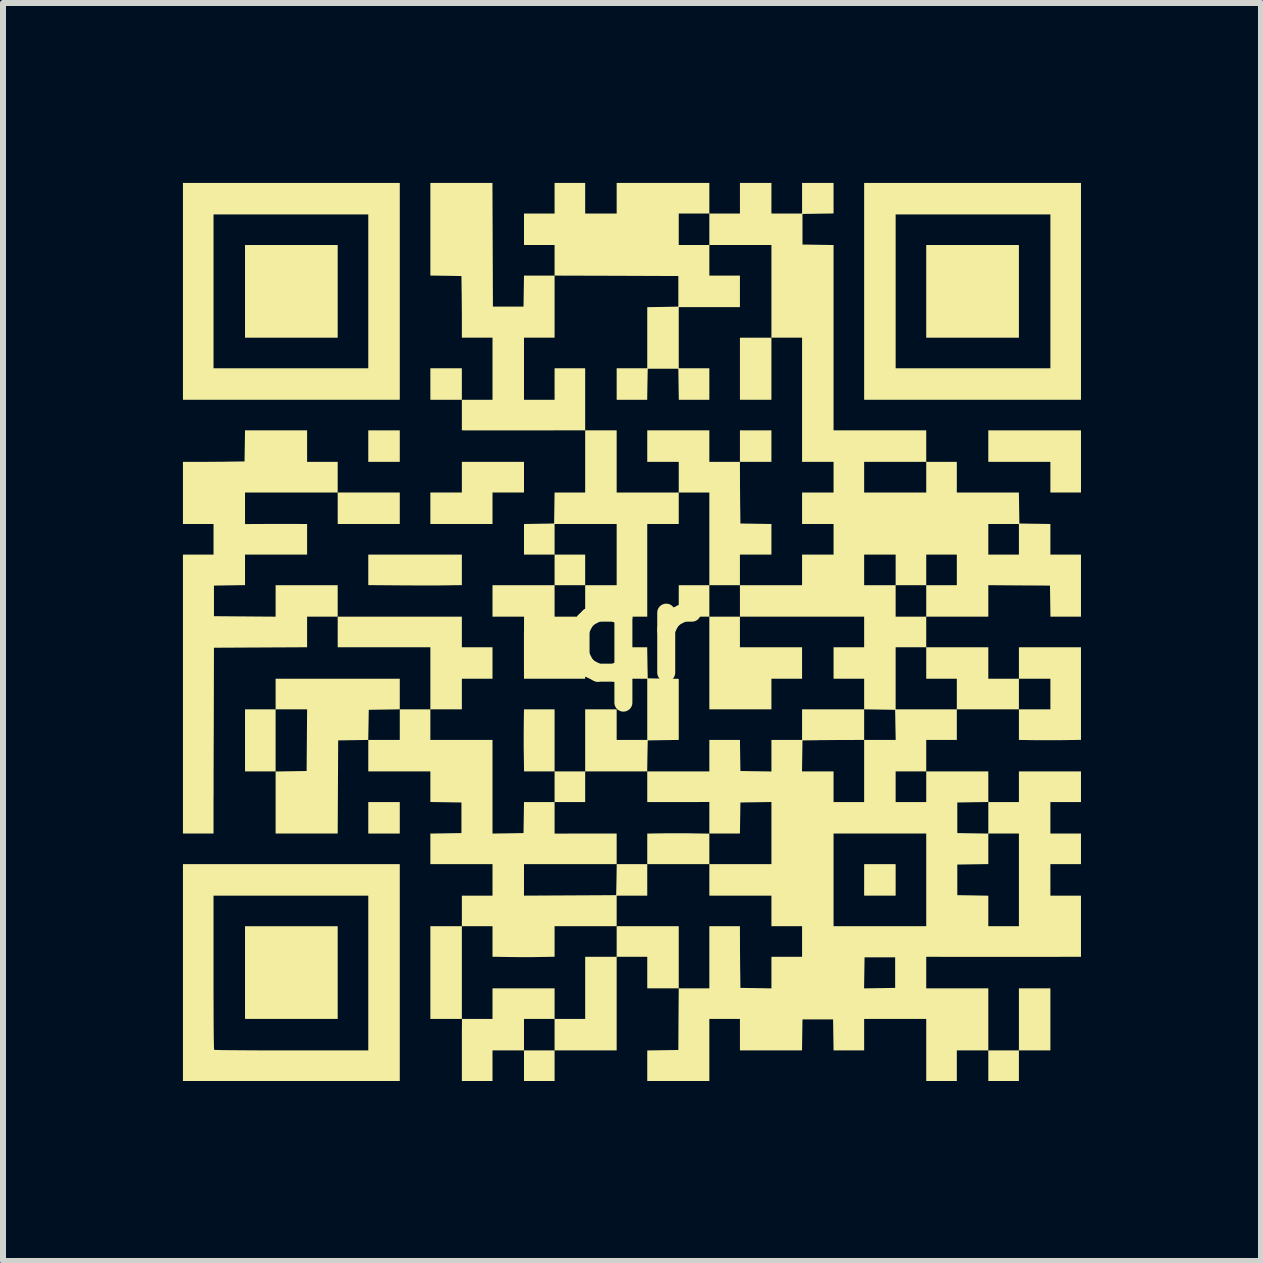
<source format=kicad_pcb>
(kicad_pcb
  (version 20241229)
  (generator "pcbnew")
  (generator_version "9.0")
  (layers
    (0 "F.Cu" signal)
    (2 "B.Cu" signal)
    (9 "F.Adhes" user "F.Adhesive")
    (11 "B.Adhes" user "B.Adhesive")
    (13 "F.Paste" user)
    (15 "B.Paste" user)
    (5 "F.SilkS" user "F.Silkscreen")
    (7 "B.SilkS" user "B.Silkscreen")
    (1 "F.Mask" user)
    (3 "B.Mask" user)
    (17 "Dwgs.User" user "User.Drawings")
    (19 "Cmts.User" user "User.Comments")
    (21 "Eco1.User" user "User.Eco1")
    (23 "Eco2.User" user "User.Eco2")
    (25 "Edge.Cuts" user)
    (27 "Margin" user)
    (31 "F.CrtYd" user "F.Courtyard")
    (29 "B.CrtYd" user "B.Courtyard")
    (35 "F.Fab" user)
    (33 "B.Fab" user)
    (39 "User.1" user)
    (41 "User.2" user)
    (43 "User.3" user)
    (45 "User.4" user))
  (footprint "qr"
    (layer "F.Cu")
    (at 7.486 7.486)
    (property "Reference" "qr" (at 0 0 0) (layer "F.SilkS") (effects (font (size 1.5 1.5) (thickness 0.3))))
    (attr board_only exclude_from_pos_files exclude_from_bom)
    (fp_poly (pts (xy -4.906 -5.679) (xy -4.906 -4.906) (xy -5.679 -4.906) (xy -6.451 -4.906) (xy -6.451 -5.679) (xy -6.451 -6.451) (xy -5.679 -6.451) (xy -4.906 -6.451)) (stroke (width 0) (type solid)) (fill yes) (layer "F.SilkS"))
    (fp_poly (pts (xy -4.906 5.679) (xy -4.906 6.451) (xy -5.679 6.451) (xy -6.451 6.451) (xy -6.451 5.679) (xy -6.451 4.906) (xy -5.679 4.906) (xy -4.906 4.906)) (stroke (width 0) (type solid)) (fill yes) (layer "F.SilkS"))
    (fp_poly (pts (xy -3.871 -3.098) (xy -3.871 -2.836) (xy -4.133 -2.836) (xy -4.396 -2.836) (xy -4.396 -3.098) (xy -4.396 -3.361) (xy -4.133 -3.361) (xy -3.871 -3.361)) (stroke (width 0) (type solid)) (fill yes) (layer "F.SilkS"))
    (fp_poly (pts (xy -3.871 -2.063) (xy -3.871 -1.8) (xy -4.388 -1.8) (xy -4.906 -1.8) (xy -4.906 -2.063) (xy -4.906 -2.325) (xy -4.388 -2.325) (xy -3.871 -2.325)) (stroke (width 0) (type solid)) (fill yes) (layer "F.SilkS"))
    (fp_poly (pts (xy -3.871 3.098) (xy -3.871 3.361) (xy -4.133 3.361) (xy -4.396 3.361) (xy -4.396 3.098) (xy -4.396 2.836) (xy -4.133 2.836) (xy -3.871 2.836)) (stroke (width 0) (type solid)) (fill yes) (layer "F.SilkS"))
    (fp_poly (pts (xy 2.325 -4.388) (xy 2.325 -3.871) (xy 2.063 -3.871) (xy 1.8 -3.871) (xy 1.8 -4.388) (xy 1.8 -4.906) (xy 2.063 -4.906) (xy 2.325 -4.906)) (stroke (width 0) (type solid)) (fill yes) (layer "F.SilkS"))
    (fp_poly (pts (xy 2.325 -3.098) (xy 2.325 -2.836) (xy 2.063 -2.836) (xy 1.8 -2.836) (xy 1.8 -3.098) (xy 1.8 -3.361) (xy 2.063 -3.361) (xy 2.325 -3.361)) (stroke (width 0) (type solid)) (fill yes) (layer "F.SilkS"))
    (fp_poly (pts (xy 4.396 4.133) (xy 4.396 4.396) (xy 4.133 4.396) (xy 3.871 4.396) (xy 3.871 4.133) (xy 3.871 3.871) (xy 4.133 3.871) (xy 4.396 3.871)) (stroke (width 0) (type solid)) (fill yes) (layer "F.SilkS"))
    (fp_poly (pts (xy 6.451 -5.679) (xy 6.451 -4.906) (xy 5.679 -4.906) (xy 4.906 -4.906) (xy 4.906 -5.679) (xy 4.906 -6.451) (xy 5.679 -6.451) (xy 6.451 -6.451)) (stroke (width 0) (type solid)) (fill yes) (layer "F.SilkS"))
    (fp_poly (pts (xy 7.486 -2.843) (xy 7.486 -2.325) (xy 7.231 -2.325) (xy 6.976 -2.325) (xy 6.976 -2.581) (xy 6.976 -2.836) (xy 6.459 -2.836) (xy 5.941 -2.836) (xy 5.941 -3.098) (xy 5.941 -3.361) (xy 6.714 -3.361) (xy 7.486 -3.361)) (stroke (width 0) (type solid)) (fill yes) (layer "F.SilkS"))
    (fp_poly (pts (xy 0.868 3.356) (xy 0.987 3.357) (xy 1.024 3.358) (xy 1.29 3.362) (xy 1.29 3.616) (xy 1.29 3.871) (xy 0.773 3.871) (xy 0.255 3.871) (xy 0.255 3.616) (xy 0.255 3.361) (xy 0.506 3.357) (xy 0.614 3.356) (xy 0.739 3.356)) (stroke (width 0) (type solid)) (fill yes) (layer "F.SilkS"))
    (fp_poly (pts (xy -2.836 -1.036) (xy -2.836 -0.781) (xy -3.102 -0.777) (xy -3.185 -0.776) (xy -3.291 -0.775) (xy -3.415 -0.775) (xy -3.55 -0.775) (xy -3.69 -0.776) (xy -3.829 -0.776) (xy -3.882 -0.777) (xy -4.396 -0.781) (xy -4.396 -1.035) (xy -4.396 -1.29) (xy -3.616 -1.29) (xy -2.836 -1.29)) (stroke (width 0) (type solid)) (fill yes) (layer "F.SilkS"))
    (fp_poly (pts (xy -1.8 -2.581) (xy -1.8 -2.325) (xy -2.063 -2.325) (xy -2.325 -2.325) (xy -2.325 -2.063) (xy -2.325 -1.8) (xy -2.843 -1.8) (xy -3.361 -1.8) (xy -3.361 -2.063) (xy -3.361 -2.325) (xy -3.098 -2.325) (xy -2.836 -2.325) (xy -2.836 -2.581) (xy -2.836 -2.836) (xy -2.318 -2.836) (xy -1.8 -2.836)) (stroke (width 0) (type solid)) (fill yes) (layer "F.SilkS"))
    (fp_poly (pts (xy -3.871 -5.679) (xy -3.871 -3.871) (xy -5.679 -3.871) (xy -7.486 -3.871) (xy -7.486 -5.679) (xy -6.976 -5.679) (xy -6.976 -4.396) (xy -5.686 -4.396) (xy -4.396 -4.396) (xy -4.396 -5.679) (xy -4.396 -6.961) (xy -5.686 -6.961) (xy -6.976 -6.961) (xy -6.976 -5.679) (xy -7.486 -5.679) (xy -7.486 -7.486) (xy -5.679 -7.486) (xy -3.871 -7.486)) (stroke (width 0) (type solid)) (fill yes) (layer "F.SilkS"))
    (fp_poly (pts (xy 7.486 -5.679) (xy 7.486 -3.871) (xy 5.679 -3.871) (xy 3.871 -3.871) (xy 3.871 -5.679) (xy 4.396 -5.679) (xy 4.396 -4.396) (xy 5.686 -4.396) (xy 6.976 -4.396) (xy 6.976 -5.679) (xy 6.976 -6.961) (xy 5.686 -6.961) (xy 4.396 -6.961) (xy 4.396 -5.679) (xy 3.871 -5.679) (xy 3.871 -7.486) (xy 5.679 -7.486) (xy 7.486 -7.486)) (stroke (width 0) (type solid)) (fill yes) (layer "F.SilkS"))
    (fp_poly (pts (xy -0.78 -1.035) (xy -0.78 -0.78) (xy -1.035 -0.78) (xy -1.29 -0.78) (xy -1.29 -0.518) (xy -1.29 -0.255) (xy -1.035 -0.255) (xy -0.781 -0.255) (xy -0.78 0.004) (xy -0.78 0.117) (xy -0.779 0.246) (xy -0.779 0.376) (xy -0.779 0.495) (xy -0.78 0.521) (xy -0.78 0.78) (xy -1.29 0.78) (xy -1.8 0.78) (xy -1.801 0.521) (xy -1.801 0.408) (xy -1.801 0.279) (xy -1.801 0.149) (xy -1.801 0.03) (xy -1.8 0.004) (xy -1.799 -0.255) (xy -2.062 -0.255) (xy -2.325 -0.255) (xy -2.325 -0.518) (xy -2.325 -0.78) (xy -1.808 -0.78) (xy -1.29 -0.78) (xy -1.29 -1.035) (xy -1.29 -1.29) (xy -1.035 -1.29) (xy -0.78 -1.29)) (stroke (width 0) (type solid)) (fill yes) (layer "F.SilkS"))
    (fp_poly (pts (xy -3.871 5.679) (xy -3.871 7.486) (xy -5.679 7.486) (xy -7.486 7.486) (xy -7.486 5.679) (xy -7.486 5.676) (xy -6.976 5.676) (xy -6.976 5.87) (xy -6.976 6.054) (xy -6.975 6.228) (xy -6.975 6.389) (xy -6.974 6.535) (xy -6.973 6.663) (xy -6.972 6.772) (xy -6.97 6.858) (xy -6.969 6.921) (xy -6.967 6.958) (xy -6.966 6.966) (xy -6.95 6.968) (xy -6.906 6.969) (xy -6.837 6.971) (xy -6.744 6.972) (xy -6.629 6.973) (xy -6.496 6.974) (xy -6.346 6.975) (xy -6.181 6.976) (xy -6.004 6.976) (xy -5.817 6.976) (xy -5.676 6.976) (xy -4.396 6.976) (xy -4.396 5.686) (xy -4.396 4.396) (xy -5.686 4.396) (xy -6.976 4.396) (xy -6.976 5.676) (xy -7.486 5.676) (xy -7.486 3.871) (xy -5.679 3.871) (xy -3.871 3.871)) (stroke (width 0) (type solid)) (fill yes) (layer "F.SilkS"))
    (fp_poly (pts (xy -4.769 0.78) (xy -4.629 0.78) (xy -4.493 0.78) (xy -4.365 0.78) (xy -4.253 0.78) (xy -4.161 0.78) (xy -4.126 0.78) (xy -3.871 0.78) (xy -3.871 1.035) (xy -3.871 1.29) (xy -4.13 1.294) (xy -4.388 1.298) (xy -4.392 1.549) (xy -4.397 1.8) (xy -4.647 1.804) (xy -4.898 1.808) (xy -4.902 2.584) (xy -4.906 3.361) (xy -5.424 3.361) (xy -5.941 3.361) (xy -5.941 2.843) (xy -5.941 2.326) (xy -5.682 2.322) (xy -5.424 2.318) (xy -5.42 1.804) (xy -5.416 1.29) (xy -5.679 1.29) (xy -5.941 1.29) (xy -5.941 1.808) (xy -5.941 2.325) (xy -6.196 2.325) (xy -6.451 2.325) (xy -6.451 1.808) (xy -6.451 1.29) (xy -6.196 1.29) (xy -5.941 1.29) (xy -5.941 1.035) (xy -5.941 0.78) (xy -5.686 0.78) (xy -5.607 0.78) (xy -5.504 0.78) (xy -5.384 0.78) (xy -5.251 0.78) (xy -5.112 0.78) (xy -4.973 0.78) (xy -4.906 0.78)) (stroke (width 0) (type solid)) (fill yes) (layer "F.SilkS"))
    (fp_poly (pts (xy -2.322 -6.455) (xy -2.318 -5.424) (xy -2.063 -5.424) (xy -1.808 -5.424) (xy -1.804 -5.682) (xy -1.8 -5.941) (xy -1.545 -5.941) (xy -1.29 -5.941) (xy -1.29 -5.424) (xy -1.29 -4.906) (xy -1.545 -4.906) (xy -1.8 -4.906) (xy -1.8 -4.388) (xy -1.8 -3.871) (xy -1.545 -3.871) (xy -1.29 -3.871) (xy -1.29 -4.133) (xy -1.29 -4.396) (xy -1.035 -4.396) (xy -0.78 -4.396) (xy -0.78 -3.878) (xy -0.78 -3.361) (xy -1.294 -3.361) (xy -1.449 -3.36) (xy -1.623 -3.36) (xy -1.808 -3.36) (xy -1.993 -3.36) (xy -2.168 -3.36) (xy -2.322 -3.36) (xy -2.836 -3.361) (xy -2.836 -3.616) (xy -2.836 -3.871) (xy -3.098 -3.871) (xy -3.361 -3.871) (xy -3.361 -4.133) (xy -3.361 -4.396) (xy -3.098 -4.396) (xy -2.836 -4.396) (xy -2.836 -4.133) (xy -2.836 -3.871) (xy -2.581 -3.871) (xy -2.325 -3.871) (xy -2.325 -4.388) (xy -2.325 -4.906) (xy -2.581 -4.906) (xy -2.836 -4.906) (xy -2.836 -5.165) (xy -2.836 -5.277) (xy -2.837 -5.405) (xy -2.838 -5.535) (xy -2.839 -5.651) (xy -2.84 -5.679) (xy -2.843 -5.934) (xy -3.102 -5.938) (xy -3.361 -5.942) (xy -3.361 -6.714) (xy -3.361 -7.486) (xy -2.843 -7.486) (xy -2.326 -7.486)) (stroke (width 0) (type solid)) (fill yes) (layer "F.SilkS"))
    (fp_poly (pts (xy -5.416 -3.098) (xy -5.416 -2.836) (xy -5.161 -2.836) (xy -4.906 -2.836) (xy -4.906 -2.581) (xy -4.906 -2.325) (xy -5.679 -2.325) (xy -6.451 -2.325) (xy -6.451 -2.062) (xy -6.451 -1.799) (xy -6.192 -1.8) (xy -6.079 -1.801) (xy -5.951 -1.801) (xy -5.82 -1.801) (xy -5.701 -1.801) (xy -5.675 -1.801) (xy -5.416 -1.8) (xy -5.416 -1.545) (xy -5.416 -1.29) (xy -5.934 -1.29) (xy -6.451 -1.29) (xy -6.451 -1.036) (xy -6.451 -0.781) (xy -6.71 -0.777) (xy -6.969 -0.773) (xy -6.969 -0.518) (xy -6.969 -0.263) (xy -6.455 -0.259) (xy -5.941 -0.255) (xy -5.941 -0.517) (xy -5.941 -0.78) (xy -5.424 -0.78) (xy -4.906 -0.78) (xy -4.906 -0.518) (xy -4.906 -0.255) (xy -5.161 -0.255) (xy -5.416 -0.255) (xy -5.416 -0.000135) (xy -5.416 0.255) (xy -6.192 0.259) (xy -6.969 0.263) (xy -6.972 1.553) (xy -6.973 1.754) (xy -6.974 1.952) (xy -6.974 2.144) (xy -6.975 2.326) (xy -6.975 2.497) (xy -6.975 2.653) (xy -6.976 2.792) (xy -6.976 2.911) (xy -6.976 3.006) (xy -6.976 3.076) (xy -6.976 3.102) (xy -6.976 3.361) (xy -7.231 3.361) (xy -7.486 3.361) (xy -7.486 1.035) (xy -7.486 -1.29) (xy -7.231 -1.29) (xy -6.976 -1.29) (xy -6.976 -1.545) (xy -6.976 -1.8) (xy -7.231 -1.8) (xy -7.486 -1.8) (xy -7.486 -2.318) (xy -7.486 -2.836) (xy -7.228 -2.836) (xy -7.115 -2.836) (xy -6.987 -2.837) (xy -6.858 -2.838) (xy -6.741 -2.839) (xy -6.714 -2.84) (xy -6.459 -2.843) (xy -6.455 -3.102) (xy -6.451 -3.361) (xy -5.933 -3.361) (xy -5.416 -3.361)) (stroke (width 0) (type solid)) (fill yes) (layer "F.SilkS"))
    (fp_poly (pts (xy -2.836 0) (xy -2.836 0.255) (xy -2.581 0.255) (xy -2.325 0.255) (xy -2.325 0.518) (xy -2.325 0.78) (xy -2.581 0.78) (xy -2.836 0.78) (xy -2.836 1.035) (xy -2.836 1.29) (xy -3.098 1.29) (xy -3.361 1.29) (xy -3.361 1.545) (xy -3.361 1.8) (xy -2.843 1.8) (xy -2.325 1.8) (xy -2.325 2.581) (xy -2.325 3.361) (xy -2.067 3.357) (xy -1.808 3.353) (xy -1.804 3.094) (xy -1.8 2.836) (xy -1.545 2.836) (xy -1.29 2.836) (xy -1.29 2.581) (xy -1.29 2.325) (xy -1.545 2.325) (xy -1.799 2.325) (xy -1.803 2.059) (xy -1.805 1.947) (xy -1.805 1.82) (xy -1.805 1.692) (xy -1.804 1.577) (xy -1.804 1.542) (xy -1.8 1.29) (xy -1.545 1.29) (xy -1.29 1.29) (xy -1.29 1.808) (xy -1.29 2.325) (xy -1.035 2.325) (xy -0.78 2.325) (xy -0.78 1.808) (xy -0.78 1.29) (xy -0.518 1.29) (xy -0.255 1.29) (xy -0.255 1.545) (xy -0.255 1.8) (xy 0 1.8) (xy 0.255 1.8) (xy 0.255 1.29) (xy 0.255 0.78) (xy 0 0.78) (xy -0.255 0.78) (xy -0.255 0.518) (xy -0.255 0.255) (xy -0.000354 0.255) (xy 0.254 0.255) (xy 0.258 0.514) (xy 0.263 0.773) (xy 0.521 0.777) (xy 0.78 0.781) (xy 0.78 1.29) (xy 0.78 1.8) (xy 0.521 1.804) (xy 0.263 1.808) (xy 0.258 2.067) (xy 0.254 2.325) (xy -0.263 2.325) (xy -0.78 2.325) (xy -0.78 2.581) (xy -0.78 2.836) (xy -1.035 2.836) (xy -1.29 2.836) (xy -1.29 3.099) (xy -1.29 3.362) (xy -1.031 3.361) (xy -0.918 3.36) (xy -0.79 3.36) (xy -0.659 3.36) (xy -0.54 3.36) (xy -0.514 3.36) (xy -0.255 3.361) (xy -0.255 3.616) (xy -0.255 3.871) (xy -1.028 3.871) (xy -1.8 3.871) (xy -1.8 4.133) (xy -1.8 4.396) (xy -1.031 4.392) (xy -0.263 4.388) (xy -0.258 4.13) (xy -0.254 3.871) (xy 0.000354 3.871) (xy 0.255 3.871) (xy 0.255 4.133) (xy 0.255 4.396) (xy 0 4.396) (xy -0.255 4.396) (xy -0.255 4.651) (xy -0.255 4.906) (xy -0.773 4.906) (xy -1.29 4.906) (xy -1.29 5.161) (xy -1.29 5.415) (xy -1.542 5.419) (xy -1.65 5.421) (xy -1.775 5.421) (xy -1.903 5.421) (xy -2.022 5.42) (xy -2.059 5.419) (xy -2.325 5.415) (xy -2.325 5.16) (xy -2.325 4.906) (xy -2.581 4.906) (xy -2.836 4.906) (xy -2.836 5.679) (xy -2.836 6.451) (xy -3.098 6.451) (xy -3.361 6.451) (xy -3.361 5.679) (xy -3.361 4.906) (xy -3.098 4.906) (xy -2.836 4.906) (xy -2.836 4.651) (xy -2.836 4.396) (xy -2.581 4.396) (xy -2.325 4.396) (xy -2.325 4.133) (xy -2.325 3.871) (xy -2.843 3.871) (xy -3.361 3.871) (xy -3.361 3.616) (xy -3.361 3.361) (xy -3.102 3.357) (xy -2.843 3.353) (xy -2.843 3.098) (xy -2.843 2.843) (xy -3.102 2.839) (xy -3.361 2.835) (xy -3.361 2.58) (xy -3.361 2.325) (xy -3.878 2.325) (xy -4.396 2.325) (xy -4.396 2.063) (xy -4.396 1.8) (xy -4.134 1.8) (xy -3.871 1.8) (xy -3.871 1.545) (xy -3.871 1.29) (xy -3.616 1.29) (xy -3.361 1.29) (xy -3.361 0.773) (xy -3.361 0.255) (xy -4.133 0.255) (xy -4.906 0.255) (xy -4.906 0) (xy -4.906 -0.255) (xy -3.871 -0.255) (xy -2.836 -0.255)) (stroke (width 0) (type solid)) (fill yes) (layer "F.SilkS"))
    (fp_poly (pts (xy -0.78 -7.231) (xy -0.78 -6.976) (xy -0.518 -6.976) (xy -0.255 -6.976) (xy -0.255 -7.231) (xy -0.255 -7.486) (xy 0.518 -7.486) (xy 1.29 -7.486) (xy 1.29 -7.231) (xy 1.29 -6.976) (xy 1.545 -6.976) (xy 1.8 -6.976) (xy 1.8 -7.231) (xy 1.8 -7.486) (xy 2.063 -7.486) (xy 2.325 -7.486) (xy 2.325 -7.231) (xy 2.325 -6.976) (xy 2.581 -6.976) (xy 2.836 -6.976) (xy 2.836 -7.231) (xy 2.836 -7.486) (xy 3.098 -7.486) (xy 3.361 -7.486) (xy 3.361 -7.232) (xy 3.361 -6.977) (xy 3.102 -6.973) (xy 2.843 -6.969) (xy 2.843 -6.714) (xy 2.843 -6.459) (xy 3.102 -6.455) (xy 3.361 -6.451) (xy 3.361 -4.906) (xy 3.361 -3.361) (xy 4.133 -3.361) (xy 4.906 -3.361) (xy 4.906 -3.098) (xy 4.906 -2.836) (xy 4.388 -2.836) (xy 3.871 -2.836) (xy 3.871 -2.581) (xy 3.871 -2.325) (xy 4.388 -2.325) (xy 4.906 -2.325) (xy 4.906 -2.581) (xy 4.906 -2.836) (xy 5.161 -2.836) (xy 5.416 -2.836) (xy 5.416 -2.581) (xy 5.416 -2.325) (xy 5.933 -2.325) (xy 6.451 -2.325) (xy 6.455 -2.067) (xy 6.459 -1.808) (xy 6.718 -1.804) (xy 6.976 -1.8) (xy 6.976 -1.545) (xy 6.976 -1.29) (xy 7.231 -1.29) (xy 7.486 -1.29) (xy 7.486 -0.773) (xy 7.486 -0.255) (xy 7.232 -0.255) (xy 6.977 -0.255) (xy 6.973 -0.514) (xy 6.969 -0.773) (xy 6.455 -0.776) (xy 5.941 -0.78) (xy 5.941 -0.518) (xy 5.941 -0.255) (xy 5.424 -0.255) (xy 4.906 -0.255) (xy 4.906 0) (xy 4.906 0.255) (xy 4.651 0.255) (xy 4.396 0.255) (xy 4.396 0.773) (xy 4.396 1.29) (xy 4.906 1.29) (xy 5.416 1.29) (xy 5.416 1.035) (xy 6.451 1.035) (xy 6.451 1.29) (xy 6.714 1.29) (xy 6.976 1.29) (xy 6.976 1.035) (xy 6.976 0.78) (xy 6.714 0.78) (xy 6.451 0.78) (xy 6.451 1.035) (xy 5.416 1.035) (xy 5.416 0.78) (xy 5.161 0.78) (xy 4.906 0.78) (xy 4.906 0.518) (xy 4.906 0.255) (xy 5.424 0.255) (xy 5.941 0.255) (xy 5.941 0.518) (xy 5.941 0.78) (xy 6.196 0.78) (xy 6.451 0.78) (xy 6.451 0.518) (xy 6.451 0.255) (xy 6.969 0.255) (xy 7.486 0.255) (xy 7.486 1.027) (xy 7.486 1.799) (xy 7.22 1.803) (xy 7.108 1.805) (xy 6.981 1.805) (xy 6.853 1.805) (xy 6.738 1.804) (xy 6.703 1.804) (xy 6.451 1.8) (xy 6.451 1.545) (xy 6.451 1.29) (xy 5.934 1.29) (xy 5.416 1.29) (xy 5.416 1.545) (xy 5.416 1.8) (xy 5.161 1.8) (xy 4.906 1.8) (xy 4.906 2.063) (xy 4.906 2.325) (xy 4.651 2.325) (xy 4.396 2.325) (xy 4.396 2.581) (xy 4.396 2.836) (xy 4.651 2.836) (xy 4.906 2.836) (xy 4.906 2.581) (xy 4.906 2.325) (xy 5.424 2.325) (xy 5.941 2.325) (xy 5.941 2.581) (xy 5.941 2.835) (xy 5.682 2.839) (xy 5.424 2.843) (xy 5.424 3.098) (xy 5.424 3.353) (xy 5.682 3.357) (xy 5.941 3.361) (xy 5.941 3.616) (xy 5.941 3.87) (xy 5.682 3.874) (xy 5.424 3.878) (xy 5.424 4.133) (xy 5.424 4.388) (xy 5.682 4.392) (xy 5.941 4.397) (xy 5.941 4.651) (xy 5.941 4.906) (xy 6.196 4.906) (xy 6.451 4.906) (xy 6.451 4.133) (xy 6.451 3.361) (xy 6.196 3.361) (xy 5.941 3.361) (xy 5.941 3.098) (xy 5.941 2.836) (xy 6.196 2.836) (xy 6.451 2.836) (xy 6.451 2.581) (xy 6.451 2.325) (xy 6.969 2.325) (xy 7.486 2.325) (xy 7.486 2.581) (xy 7.486 2.836) (xy 7.231 2.836) (xy 6.976 2.836) (xy 6.976 3.098) (xy 6.976 3.361) (xy 7.231 3.361) (xy 7.486 3.361) (xy 7.486 3.616) (xy 7.486 3.871) (xy 7.231 3.871) (xy 6.976 3.871) (xy 6.976 4.133) (xy 6.976 4.396) (xy 7.231 4.396) (xy 7.486 4.396) (xy 7.486 4.906) (xy 7.486 5.416) (xy 7.228 5.416) (xy 7.168 5.416) (xy 7.081 5.417) (xy 6.971 5.417) (xy 6.84 5.417) (xy 6.693 5.417) (xy 6.533 5.417) (xy 6.362 5.417) (xy 6.184 5.417) (xy 6.003 5.417) (xy 5.937 5.417) (xy 4.906 5.416) (xy 4.906 5.679) (xy 4.906 5.941) (xy 5.424 5.941) (xy 5.941 5.941) (xy 5.941 6.459) (xy 5.941 6.976) (xy 6.196 6.976) (xy 6.451 6.976) (xy 6.451 6.459) (xy 6.451 5.941) (xy 6.714 5.941) (xy 6.976 5.941) (xy 6.976 6.459) (xy 6.976 6.976) (xy 6.714 6.976) (xy 6.451 6.976) (xy 6.451 7.231) (xy 6.451 7.486) (xy 6.196 7.486) (xy 5.941 7.486) (xy 5.941 7.231) (xy 5.941 6.976) (xy 5.679 6.976) (xy 5.416 6.976) (xy 5.416 7.231) (xy 5.416 7.486) (xy 5.161 7.486) (xy 4.906 7.486) (xy 4.906 6.969) (xy 4.906 6.451) (xy 4.388 6.451) (xy 3.871 6.451) (xy 3.871 6.714) (xy 3.871 6.976) (xy 3.616 6.976) (xy 3.361 6.976) (xy 3.357 6.718) (xy 3.353 6.459) (xy 3.098 6.459) (xy 2.843 6.459) (xy 2.839 6.718) (xy 2.835 6.976) (xy 2.318 6.976) (xy 1.8 6.976) (xy 1.8 6.714) (xy 1.8 6.451) (xy 1.545 6.451) (xy 1.29 6.451) (xy 1.29 6.969) (xy 1.29 7.486) (xy 0.773 7.486) (xy 0.255 7.486) (xy 0.255 7.232) (xy 0.255 6.977) (xy 0.514 6.973) (xy 0.773 6.969) (xy 0.776 6.455) (xy 0.78 5.942) (xy 3.87 5.942) (xy 4.129 5.938) (xy 4.388 5.934) (xy 4.388 5.679) (xy 4.388 5.424) (xy 4.133 5.424) (xy 3.878 5.424) (xy 3.874 5.683) (xy 3.87 5.942) (xy 0.78 5.942) (xy 0.78 5.941) (xy 0.518 5.941) (xy 0.255 5.941) (xy 0.255 5.679) (xy 0.255 5.416) (xy 0 5.416) (xy -0.255 5.416) (xy -0.255 6.196) (xy -0.255 6.976) (xy -0.773 6.976) (xy -1.29 6.976) (xy -1.29 7.231) (xy -1.29 7.486) (xy -1.545 7.486) (xy -1.8 7.486) (xy -1.8 7.231) (xy -1.8 6.976) (xy -2.063 6.976) (xy -2.325 6.976) (xy -2.325 7.231) (xy -2.325 7.486) (xy -2.581 7.486) (xy -2.836 7.486) (xy -2.836 7.228) (xy -2.836 7.115) (xy -2.836 6.986) (xy -2.836 6.855) (xy -2.836 6.737) (xy -2.836 6.71) (xy -2.834 6.451) (xy -2.581 6.451) (xy -2.325 6.451) (xy -2.325 6.196) (xy -2.325 5.941) (xy -1.808 5.941) (xy -1.29 5.941) (xy -1.29 6.196) (xy -1.29 6.451) (xy -1.545 6.451) (xy -1.8 6.451) (xy -1.8 6.714) (xy -1.8 6.976) (xy -1.545 6.976) (xy -1.29 6.976) (xy -1.29 6.714) (xy -1.29 6.451) (xy -1.035 6.451) (xy -0.78 6.451) (xy -0.78 5.934) (xy -0.78 5.416) (xy -0.518 5.416) (xy -0.255 5.416) (xy -0.255 5.161) (xy -0.255 4.906) (xy 0.263 4.906) (xy 0.78 4.906) (xy 0.78 5.424) (xy 0.78 5.941) (xy 1.035 5.941) (xy 1.29 5.941) (xy 1.29 5.424) (xy 1.29 4.906) (xy 1.545 4.906) (xy 1.8 4.906) (xy 1.801 5.165) (xy 1.801 5.277) (xy 1.802 5.405) (xy 1.803 5.535) (xy 1.804 5.651) (xy 1.805 5.679) (xy 1.808 5.934) (xy 2.067 5.938) (xy 2.325 5.942) (xy 2.325 5.679) (xy 2.325 5.416) (xy 2.581 5.416) (xy 2.836 5.416) (xy 2.836 5.161) (xy 2.836 4.906) (xy 2.581 4.906) (xy 2.325 4.906) (xy 2.325 4.651) (xy 2.325 4.396) (xy 1.808 4.396) (xy 1.29 4.396) (xy 1.29 4.133) (xy 3.361 4.133) (xy 3.361 4.906) (xy 4.133 4.906) (xy 4.906 4.906) (xy 4.906 4.133) (xy 4.906 3.361) (xy 4.133 3.361) (xy 3.361 3.361) (xy 3.361 4.133) (xy 1.29 4.133) (xy 1.29 3.871) (xy 1.808 3.871) (xy 2.325 3.871) (xy 2.325 3.353) (xy 2.325 2.835) (xy 2.067 2.839) (xy 1.808 2.843) (xy 1.804 3.102) (xy 1.8 3.361) (xy 1.545 3.361) (xy 1.29 3.361) (xy 1.29 3.098) (xy 1.29 2.834) (xy 1.031 2.836) (xy 0.918 2.836) (xy 0.79 2.836) (xy 0.659 2.836) (xy 0.54 2.836) (xy 0.514 2.836) (xy 0.255 2.836) (xy 0.255 2.581) (xy 0.255 2.325) (xy 0.772 2.325) (xy 1.29 2.325) (xy 1.29 2.063) (xy 1.29 1.8) (xy 1.545 1.8) (xy 1.8 1.8) (xy 1.804 2.059) (xy 1.808 2.318) (xy 2.067 2.322) (xy 2.325 2.326) (xy 2.325 2.063) (xy 2.325 1.8) (xy 2.581 1.8) (xy 2.836 1.8) (xy 2.836 1.545) (xy 2.836 1.29) (xy 3.353 1.29) (xy 3.871 1.29) (xy 3.871 1.545) (xy 3.871 1.8) (xy 3.612 1.801) (xy 3.499 1.801) (xy 3.372 1.802) (xy 3.242 1.803) (xy 3.125 1.804) (xy 3.098 1.805) (xy 2.843 1.808) (xy 2.839 2.067) (xy 2.835 2.325) (xy 3.098 2.325) (xy 3.361 2.325) (xy 3.361 2.581) (xy 3.361 2.836) (xy 3.616 2.836) (xy 3.871 2.836) (xy 3.871 2.318) (xy 3.871 1.8) (xy 4.134 1.8) (xy 4.397 1.8) (xy 4.392 1.549) (xy 4.388 1.298) (xy 4.13 1.294) (xy 3.871 1.29) (xy 3.871 1.035) (xy 3.871 0.78) (xy 3.616 0.78) (xy 3.361 0.78) (xy 3.361 0.518) (xy 3.361 0.255) (xy 3.616 0.255) (xy 3.871 0.255) (xy 3.871 0) (xy 3.871 -0.255) (xy 2.836 -0.255) (xy 1.8 -0.255) (xy 1.8 0) (xy 1.8 0.255) (xy 2.318 0.255) (xy 2.836 0.255) (xy 2.836 0.518) (xy 2.836 0.78) (xy 2.581 0.78) (xy 2.325 0.78) (xy 2.325 1.035) (xy 2.325 1.29) (xy 1.808 1.29) (xy 1.29 1.29) (xy 1.29 0.518) (xy 1.29 -0.255) (xy 1.035 -0.255) (xy 0.78 -0.255) (xy 0.78 -0.518) (xy 0.78 -0.78) (xy 1.035 -0.78) (xy 1.29 -0.78) (xy 1.29 -1.553) (xy 1.29 -2.325) (xy 1.035 -2.325) (xy 0.78 -2.325) (xy 0.78 -2.063) (xy 0.78 -1.8) (xy 0.518 -1.8) (xy 0.255 -1.8) (xy 0.255 -1.028) (xy 0.255 -0.255) (xy -0.263 -0.255) (xy -0.78 -0.255) (xy -0.78 -0.518) (xy -0.78 -0.78) (xy -0.518 -0.78) (xy -0.255 -0.78) (xy -0.255 -1.29) (xy -0.255 -1.8) (xy -0.773 -1.8) (xy -1.29 -1.8) (xy -1.29 -1.545) (xy -1.29 -1.29) (xy -1.545 -1.29) (xy -1.8 -1.29) (xy -1.8 -1.545) (xy -1.8 -1.8) (xy -1.549 -1.804) (xy -1.298 -1.808) (xy -1.294 -2.067) (xy -1.29 -2.325) (xy -1.035 -2.325) (xy -0.78 -2.325) (xy -0.78 -2.843) (xy -0.78 -3.361) (xy -0.518 -3.361) (xy -0.255 -3.361) (xy -0.255 -2.843) (xy -0.255 -2.325) (xy 0.263 -2.325) (xy 0.78 -2.325) (xy 0.78 -2.581) (xy 0.78 -2.836) (xy 0.518 -2.836) (xy 0.255 -2.836) (xy 0.255 -3.098) (xy 0.255 -3.361) (xy 0.773 -3.361) (xy 1.29 -3.361) (xy 1.29 -3.098) (xy 1.29 -2.836) (xy 1.545 -2.836) (xy 1.8 -2.836) (xy 1.801 -2.577) (xy 1.801 -2.464) (xy 1.802 -2.336) (xy 1.803 -2.207) (xy 1.804 -2.09) (xy 1.805 -2.063) (xy 1.808 -1.808) (xy 2.067 -1.804) (xy 2.325 -1.8) (xy 2.325 -1.545) (xy 2.325 -1.29) (xy 2.063 -1.29) (xy 1.8 -1.29) (xy 1.8 -1.035) (xy 1.8 -0.78) (xy 1.545 -0.78) (xy 1.29 -0.78) (xy 1.29 -0.518) (xy 1.29 -0.255) (xy 1.545 -0.255) (xy 1.8 -0.255) (xy 1.8 -0.518) (xy 1.8 -0.78) (xy 2.318 -0.78) (xy 2.836 -0.78) (xy 2.836 -1.035) (xy 3.871 -1.035) (xy 3.871 -0.78) (xy 4.133 -0.78) (xy 4.396 -0.78) (xy 4.396 -0.518) (xy 4.396 -0.255) (xy 4.651 -0.255) (xy 4.906 -0.255) (xy 4.906 -0.518) (xy 4.906 -0.78) (xy 5.161 -0.78) (xy 5.416 -0.78) (xy 5.416 -1.035) (xy 5.416 -1.29) (xy 5.161 -1.29) (xy 4.906 -1.29) (xy 4.906 -1.035) (xy 4.906 -0.78) (xy 4.651 -0.78) (xy 4.396 -0.78) (xy 4.396 -1.035) (xy 4.396 -1.29) (xy 4.133 -1.29) (xy 3.871 -1.29) (xy 3.871 -1.035) (xy 2.836 -1.035) (xy 2.836 -1.29) (xy 3.098 -1.29) (xy 3.361 -1.29) (xy 3.361 -1.545) (xy 5.941 -1.545) (xy 5.941 -1.29) (xy 6.196 -1.29) (xy 6.451 -1.29) (xy 6.451 -1.545) (xy 6.451 -1.8) (xy 6.196 -1.8) (xy 5.941 -1.8) (xy 5.941 -1.545) (xy 3.361 -1.545) (xy 3.361 -1.8) (xy 3.098 -1.8) (xy 2.836 -1.8) (xy 2.836 -2.063) (xy 2.836 -2.325) (xy 3.098 -2.325) (xy 3.361 -2.325) (xy 3.361 -2.581) (xy 3.361 -2.836) (xy 3.098 -2.836) (xy 2.836 -2.836) (xy 2.836 -3.871) (xy 2.836 -4.906) (xy 2.581 -4.906) (xy 2.325 -4.906) (xy 2.325 -5.679) (xy 2.325 -6.451) (xy 1.808 -6.451) (xy 1.29 -6.451) (xy 1.29 -6.196) (xy 1.29 -5.941) (xy 1.545 -5.941) (xy 1.8 -5.941) (xy 1.8 -5.679) (xy 1.8 -5.416) (xy 1.29 -5.416) (xy 0.78 -5.416) (xy 0.78 -4.906) (xy 0.78 -4.396) (xy 1.035 -4.396) (xy 1.29 -4.396) (xy 1.29 -4.133) (xy 1.29 -3.871) (xy 1.036 -3.871) (xy 0.781 -3.871) (xy 0.777 -4.13) (xy 0.773 -4.388) (xy 0.518 -4.388) (xy 0.263 -4.388) (xy 0.258 -4.13) (xy 0.254 -3.871) (xy -0.000354 -3.871) (xy -0.255 -3.871) (xy -0.255 -4.133) (xy -0.255 -4.396) (xy 0 -4.396) (xy 0.255 -4.396) (xy 0.255 -4.906) (xy 0.255 -5.415) (xy 0.514 -5.419) (xy 0.773 -5.424) (xy 0.773 -5.679) (xy 0.773 -5.934) (xy -0.259 -5.938) (xy -1.29 -5.941) (xy -1.29 -6.196) (xy -1.29 -6.451) (xy -1.545 -6.451) (xy -1.8 -6.451) (xy -1.8 -6.714) (xy 0.78 -6.714) (xy 0.78 -6.451) (xy 1.035 -6.451) (xy 1.29 -6.451) (xy 1.29 -6.714) (xy 1.29 -6.976) (xy 1.035 -6.976) (xy 0.78 -6.976) (xy 0.78 -6.714) (xy -1.8 -6.714) (xy -1.8 -6.976) (xy -1.545 -6.976) (xy -1.29 -6.976) (xy -1.29 -7.231) (xy -1.29 -7.486) (xy -1.035 -7.486) (xy -0.78 -7.486)) (stroke (width 0) (type solid)) (fill yes) (layer "F.SilkS")))
  (gr_rect
    (start -3 -3)
    (end 17.973 17.973)
    (stroke (width 0.1) (type default))
    (fill no)
    (layer "Edge.Cuts")))
</source>
